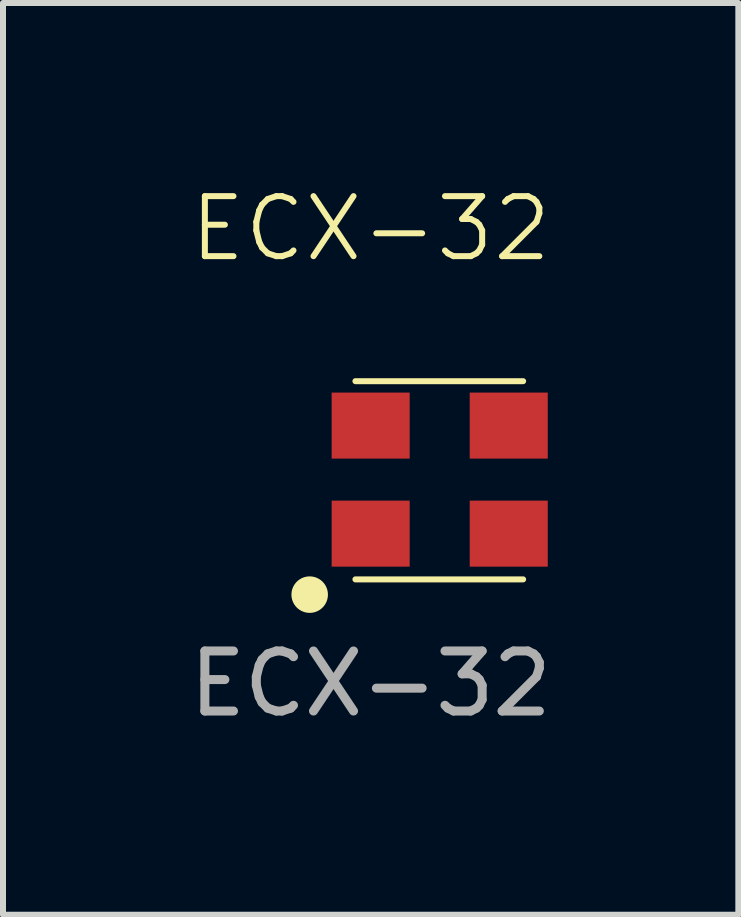
<source format=kicad_pcb>
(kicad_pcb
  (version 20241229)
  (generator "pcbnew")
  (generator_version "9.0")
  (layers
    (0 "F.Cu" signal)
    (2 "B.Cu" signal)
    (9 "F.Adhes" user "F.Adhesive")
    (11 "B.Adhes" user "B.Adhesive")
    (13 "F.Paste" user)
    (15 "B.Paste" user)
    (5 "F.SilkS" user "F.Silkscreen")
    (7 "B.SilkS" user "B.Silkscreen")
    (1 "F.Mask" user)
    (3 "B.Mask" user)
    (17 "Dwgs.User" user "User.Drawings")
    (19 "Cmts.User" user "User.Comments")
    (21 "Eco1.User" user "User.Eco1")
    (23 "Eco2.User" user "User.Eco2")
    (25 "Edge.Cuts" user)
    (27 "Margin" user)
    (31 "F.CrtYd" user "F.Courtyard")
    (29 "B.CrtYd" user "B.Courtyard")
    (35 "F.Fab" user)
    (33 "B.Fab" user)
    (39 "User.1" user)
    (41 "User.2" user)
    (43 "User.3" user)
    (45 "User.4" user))
  (footprint "ECX-32"
    (layer "F.Cu")
    (at 3.125 5.84)
    (property "Reference" "ECX-32" (at 0 -5.08 0) (unlocked yes) (layer "F.SilkS") (effects (font (size 1 1) (thickness 0.1))))
    (attr smd)
    (fp_line (start -0.254 -2.54) (end 2.54 -2.54) (stroke (width 0.1) (type default)) (layer "F.SilkS"))
    (fp_line (start -0.254 0.762) (end 2.54 0.762) (stroke (width 0.1) (type default)) (layer "F.SilkS"))
    (fp_circle (center -1.016 1.016) (end -0.762 1.016) (stroke (width 0.1) (type solid)) (fill yes) (layer "F.SilkS"))
    (fp_text user "${REFERENCE}" (at 0 2.5 0) (unlocked yes) (layer "F.Fab") (effects (font (size 1 1) (thickness 0.15))))
    (pad "1" smd rect (at 0 0) (size 1.3 1.1) (layers "F.Cu" "F.Mask" "F.Paste"))
    (pad "2" smd rect (at 2.3 0) (size 1.3 1.1) (layers "F.Cu" "F.Mask" "F.Paste"))
    (pad "3" smd rect (at 2.3 -1.8) (size 1.3 1.1) (layers "F.Cu" "F.Mask" "F.Paste"))
    (pad "4" smd rect (at 0 -1.8) (size 1.3 1.1) (layers "F.Cu" "F.Mask" "F.Paste")))
  (gr_rect
    (start -3 -3)
    (end 9.25 12.189)
    (stroke (width 0.1) (type default))
    (fill no)
    (layer "Edge.Cuts")))
</source>
